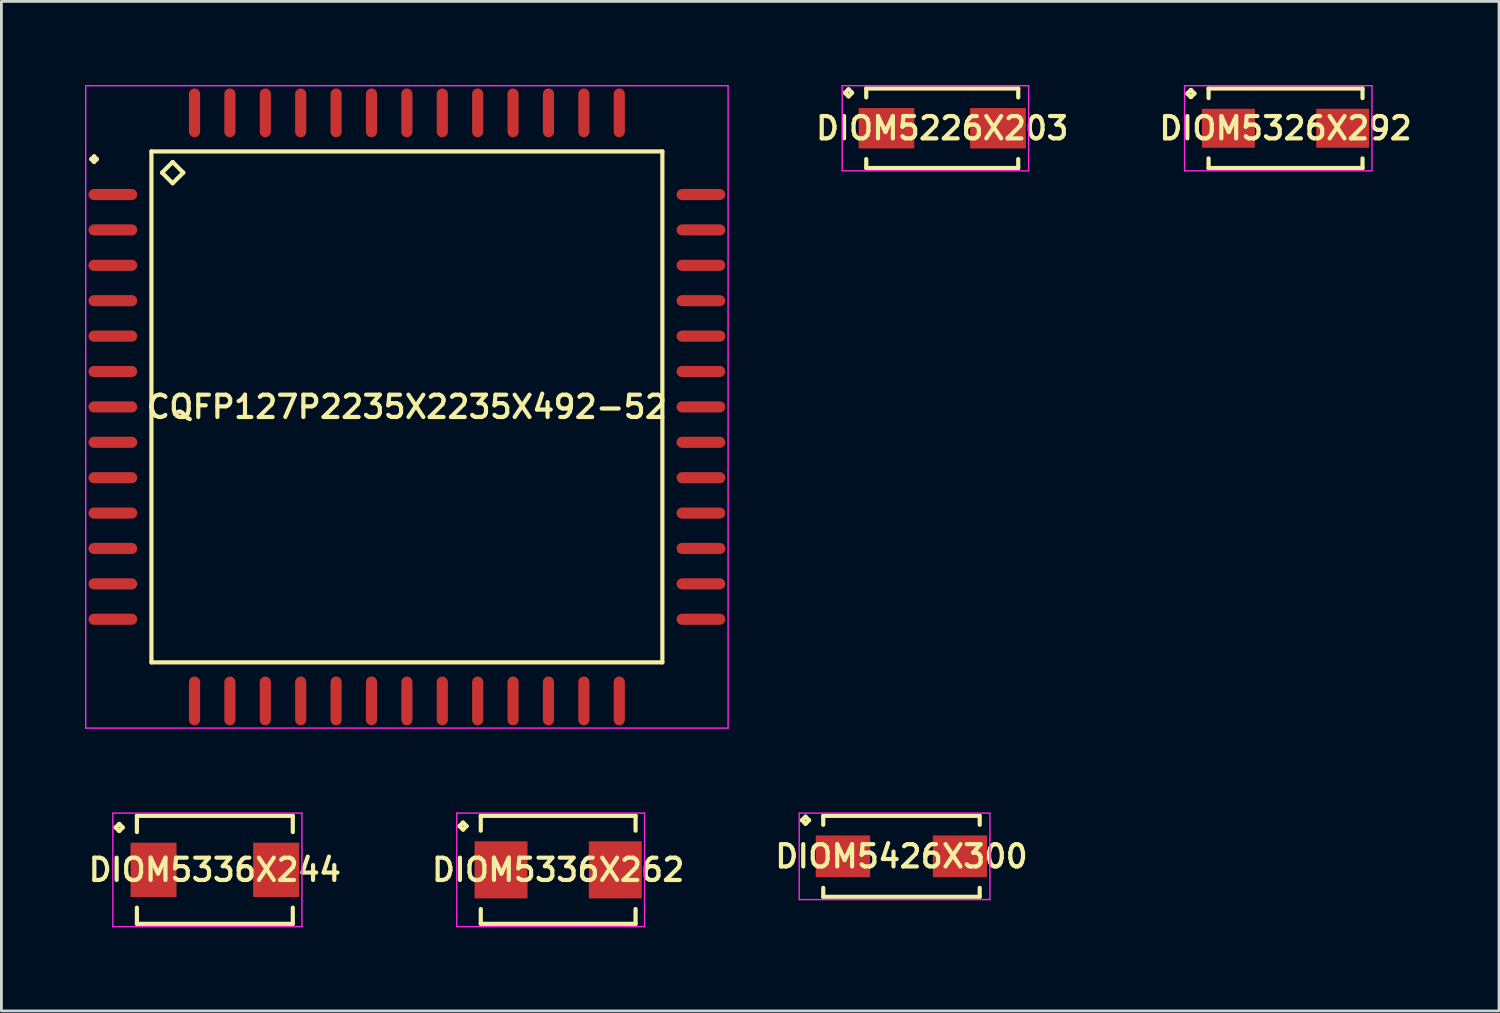
<source format=kicad_pcb>
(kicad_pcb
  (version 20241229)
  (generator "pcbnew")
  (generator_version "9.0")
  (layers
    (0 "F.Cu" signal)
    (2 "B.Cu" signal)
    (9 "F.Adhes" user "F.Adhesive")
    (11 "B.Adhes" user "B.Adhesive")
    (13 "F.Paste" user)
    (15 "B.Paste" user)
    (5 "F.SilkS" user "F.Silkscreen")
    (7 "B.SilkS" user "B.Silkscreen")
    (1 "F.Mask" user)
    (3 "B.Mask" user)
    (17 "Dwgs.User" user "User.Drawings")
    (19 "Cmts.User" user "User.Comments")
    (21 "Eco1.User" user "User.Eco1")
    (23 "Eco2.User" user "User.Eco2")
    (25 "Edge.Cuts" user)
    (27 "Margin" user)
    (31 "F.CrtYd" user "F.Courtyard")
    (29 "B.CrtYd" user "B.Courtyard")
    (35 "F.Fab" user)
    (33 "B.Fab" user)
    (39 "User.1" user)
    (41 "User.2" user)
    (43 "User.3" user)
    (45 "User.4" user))
  (footprint "DIOM5226X203"
    (layer "F.Cu")
    (at 30.759 1.552)
    (property "Reference" "DIOM5226X203" (at 0 0 0) (layer "F.SilkS") (effects (font (size 0.8 0.8) (thickness 0.15))))
    (attr smd)
    (fp_line (start -3.489 -1.271) (end -3.362 -1.398) (stroke (width 0.15) (type solid)) (layer "F.SilkS"))
    (fp_line (start -3.362 -1.398) (end -3.235 -1.271) (stroke (width 0.15) (type solid)) (layer "F.SilkS"))
    (fp_line (start -3.362 -1.144) (end -3.489 -1.271) (stroke (width 0.15) (type solid)) (layer "F.SilkS"))
    (fp_line (start -3.235 -1.271) (end -3.362 -1.144) (stroke (width 0.15) (type solid)) (layer "F.SilkS"))
    (fp_line (start -2.727 -1.427) (end 2.727 -1.427) (stroke (width 0.15) (type solid)) (layer "F.SilkS"))
    (fp_line (start -2.727 -1.106) (end -2.727 -1.427) (stroke (width 0.15) (type solid)) (layer "F.SilkS"))
    (fp_line (start -2.727 1.106) (end -2.727 1.427) (stroke (width 0.15) (type solid)) (layer "F.SilkS"))
    (fp_line (start -2.727 1.427) (end 2.727 1.427) (stroke (width 0.15) (type solid)) (layer "F.SilkS"))
    (fp_line (start 2.727 -1.427) (end 2.727 -1.106) (stroke (width 0.15) (type solid)) (layer "F.SilkS"))
    (fp_line (start 2.727 1.427) (end 2.727 1.106) (stroke (width 0.15) (type solid)) (layer "F.SilkS"))
    (fp_line (start -3.589 -1.527) (end 3.1 -1.527) (stroke (width 0.05) (type solid)) (layer "F.CrtYd"))
    (fp_line (start -3.589 1.527) (end -3.589 -1.527) (stroke (width 0.05) (type solid)) (layer "F.CrtYd"))
    (fp_line (start 3.1 -1.527) (end 3.1 1.527) (stroke (width 0.05) (type solid)) (layer "F.CrtYd"))
    (fp_line (start 3.1 1.527) (end -3.589 1.527) (stroke (width 0.05) (type solid)) (layer "F.CrtYd"))
    (pad "1" smd rect (at -2 0) (size 2 1.45) (layers "F.Cu" "F.Mask" "F.Paste"))
    (pad "2" smd rect (at 2 0) (size 2 1.45) (layers "F.Cu" "F.Mask" "F.Paste")))
  (footprint "DIOM5426X300"
    (layer "F.Cu")
    (at 29.296 27.677)
    (property "Reference" "DIOM5426X300" (at 0 0 0) (layer "F.SilkS") (effects (font (size 0.8 0.8) (thickness 0.15))))
    (attr smd)
    (fp_line (start -3.569 -1.296) (end -3.442 -1.423) (stroke (width 0.15) (type solid)) (layer "F.SilkS"))
    (fp_line (start -3.442 -1.423) (end -3.315 -1.296) (stroke (width 0.15) (type solid)) (layer "F.SilkS"))
    (fp_line (start -3.442 -1.169) (end -3.569 -1.296) (stroke (width 0.15) (type solid)) (layer "F.SilkS"))
    (fp_line (start -3.315 -1.296) (end -3.442 -1.169) (stroke (width 0.15) (type solid)) (layer "F.SilkS"))
    (fp_line (start -2.807 -1.452) (end 2.807 -1.452) (stroke (width 0.15) (type solid)) (layer "F.SilkS"))
    (fp_line (start -2.807 -1.131) (end -2.807 -1.452) (stroke (width 0.15) (type solid)) (layer "F.SilkS"))
    (fp_line (start -2.807 1.131) (end -2.807 1.452) (stroke (width 0.15) (type solid)) (layer "F.SilkS"))
    (fp_line (start -2.807 1.452) (end 2.807 1.452) (stroke (width 0.15) (type solid)) (layer "F.SilkS"))
    (fp_line (start 2.807 -1.452) (end 2.807 -1.131) (stroke (width 0.15) (type solid)) (layer "F.SilkS"))
    (fp_line (start 2.807 1.452) (end 2.807 1.131) (stroke (width 0.15) (type solid)) (layer "F.SilkS"))
    (fp_line (start -3.669 -1.552) (end 3.175 -1.552) (stroke (width 0.05) (type solid)) (layer "F.CrtYd"))
    (fp_line (start -3.669 1.552) (end -3.669 -1.552) (stroke (width 0.05) (type solid)) (layer "F.CrtYd"))
    (fp_line (start 3.175 -1.552) (end 3.175 1.552) (stroke (width 0.05) (type solid)) (layer "F.CrtYd"))
    (fp_line (start 3.175 1.552) (end -3.669 1.552) (stroke (width 0.05) (type solid)) (layer "F.CrtYd"))
    (pad "1" smd rect (at -2.1 0) (size 1.95 1.5) (layers "F.Cu" "F.Mask" "F.Paste"))
    (pad "2" smd rect (at 2.1 0) (size 1.95 1.5) (layers "F.Cu" "F.Mask" "F.Paste")))
  (footprint "DIOM5326X292"
    (layer "F.Cu")
    (at 43.078 1.552)
    (property "Reference" "DIOM5326X292" (at 0 0 0) (layer "F.SilkS") (effects (font (size 0.8 0.8) (thickness 0.15))))
    (attr smd)
    (fp_line (start -3.524 -1.246) (end -3.397 -1.373) (stroke (width 0.15) (type solid)) (layer "F.SilkS"))
    (fp_line (start -3.397 -1.373) (end -3.27 -1.246) (stroke (width 0.15) (type solid)) (layer "F.SilkS"))
    (fp_line (start -3.397 -1.119) (end -3.524 -1.246) (stroke (width 0.15) (type solid)) (layer "F.SilkS"))
    (fp_line (start -3.27 -1.246) (end -3.397 -1.119) (stroke (width 0.15) (type solid)) (layer "F.SilkS"))
    (fp_line (start -2.762 -1.427) (end 2.762 -1.427) (stroke (width 0.15) (type solid)) (layer "F.SilkS"))
    (fp_line (start -2.762 -1.081) (end -2.762 -1.427) (stroke (width 0.15) (type solid)) (layer "F.SilkS"))
    (fp_line (start -2.762 1.081) (end -2.762 1.427) (stroke (width 0.15) (type solid)) (layer "F.SilkS"))
    (fp_line (start -2.762 1.427) (end 2.762 1.427) (stroke (width 0.15) (type solid)) (layer "F.SilkS"))
    (fp_line (start 2.762 -1.427) (end 2.762 -1.081) (stroke (width 0.15) (type solid)) (layer "F.SilkS"))
    (fp_line (start 2.762 1.427) (end 2.762 1.081) (stroke (width 0.15) (type solid)) (layer "F.SilkS"))
    (fp_line (start -3.624 -1.527) (end 3.1 -1.527) (stroke (width 0.05) (type solid)) (layer "F.CrtYd"))
    (fp_line (start -3.624 1.527) (end -3.624 -1.527) (stroke (width 0.05) (type solid)) (layer "F.CrtYd"))
    (fp_line (start 3.1 -1.527) (end 3.1 1.527) (stroke (width 0.05) (type solid)) (layer "F.CrtYd"))
    (fp_line (start 3.1 1.527) (end -3.624 1.527) (stroke (width 0.05) (type solid)) (layer "F.CrtYd"))
    (pad "1" smd rect (at -2.05 0) (size 1.9 1.4) (layers "F.Cu" "F.Mask" "F.Paste"))
    (pad "2" smd rect (at 2.05 0) (size 1.9 1.4) (layers "F.Cu" "F.Mask" "F.Paste")))
  (footprint "DIOM5336X262"
    (layer "F.Cu")
    (at 16.978 28.162)
    (property "Reference" "DIOM5336X262" (at 0 0 0) (layer "F.SilkS") (effects (font (size 0.8 0.8) (thickness 0.15))))
    (attr smd)
    (fp_line (start -3.539 -1.571) (end -3.412 -1.698) (stroke (width 0.15) (type solid)) (layer "F.SilkS"))
    (fp_line (start -3.412 -1.698) (end -3.285 -1.571) (stroke (width 0.15) (type solid)) (layer "F.SilkS"))
    (fp_line (start -3.412 -1.444) (end -3.539 -1.571) (stroke (width 0.15) (type solid)) (layer "F.SilkS"))
    (fp_line (start -3.285 -1.571) (end -3.412 -1.444) (stroke (width 0.15) (type solid)) (layer "F.SilkS"))
    (fp_line (start -2.777 -1.937) (end 2.777 -1.937) (stroke (width 0.15) (type solid)) (layer "F.SilkS"))
    (fp_line (start -2.777 -1.406) (end -2.777 -1.937) (stroke (width 0.15) (type solid)) (layer "F.SilkS"))
    (fp_line (start -2.777 1.406) (end -2.777 1.937) (stroke (width 0.15) (type solid)) (layer "F.SilkS"))
    (fp_line (start -2.777 1.937) (end 2.777 1.937) (stroke (width 0.15) (type solid)) (layer "F.SilkS"))
    (fp_line (start 2.777 -1.937) (end 2.777 -1.406) (stroke (width 0.15) (type solid)) (layer "F.SilkS"))
    (fp_line (start 2.777 1.937) (end 2.777 1.406) (stroke (width 0.15) (type solid)) (layer "F.SilkS"))
    (fp_line (start -3.639 -2.037) (end 3.1 -2.037) (stroke (width 0.05) (type solid)) (layer "F.CrtYd"))
    (fp_line (start -3.639 2.037) (end -3.639 -2.037) (stroke (width 0.05) (type solid)) (layer "F.CrtYd"))
    (fp_line (start 3.1 -2.037) (end 3.1 2.037) (stroke (width 0.05) (type solid)) (layer "F.CrtYd"))
    (fp_line (start 3.1 2.037) (end -3.639 2.037) (stroke (width 0.05) (type solid)) (layer "F.CrtYd"))
    (pad "1" smd rect (at -2.05 0) (size 1.9 2.05) (layers "F.Cu" "F.Mask" "F.Paste"))
    (pad "2" smd rect (at 2.05 0) (size 1.9 2.05) (layers "F.Cu" "F.Mask" "F.Paste")))
  (footprint "DIOM5336X244"
    (layer "F.Cu")
    (at 4.659 28.162)
    (property "Reference" "DIOM5336X244" (at 0 0 0) (layer "F.SilkS") (effects (font (size 0.8 0.8) (thickness 0.15))))
    (attr smd)
    (fp_line (start -3.559 -1.521) (end -3.432 -1.648) (stroke (width 0.15) (type solid)) (layer "F.SilkS"))
    (fp_line (start -3.432 -1.648) (end -3.305 -1.521) (stroke (width 0.15) (type solid)) (layer "F.SilkS"))
    (fp_line (start -3.432 -1.394) (end -3.559 -1.521) (stroke (width 0.15) (type solid)) (layer "F.SilkS"))
    (fp_line (start -3.305 -1.521) (end -3.432 -1.394) (stroke (width 0.15) (type solid)) (layer "F.SilkS"))
    (fp_line (start -2.797 -1.937) (end 2.797 -1.937) (stroke (width 0.15) (type solid)) (layer "F.SilkS"))
    (fp_line (start -2.797 -1.356) (end -2.797 -1.937) (stroke (width 0.15) (type solid)) (layer "F.SilkS"))
    (fp_line (start -2.797 1.356) (end -2.797 1.937) (stroke (width 0.15) (type solid)) (layer "F.SilkS"))
    (fp_line (start -2.797 1.937) (end 2.797 1.937) (stroke (width 0.15) (type solid)) (layer "F.SilkS"))
    (fp_line (start 2.797 -1.937) (end 2.797 -1.356) (stroke (width 0.15) (type solid)) (layer "F.SilkS"))
    (fp_line (start 2.797 1.937) (end 2.797 1.356) (stroke (width 0.15) (type solid)) (layer "F.SilkS"))
    (fp_line (start -3.659 -2.037) (end 3.125 -2.037) (stroke (width 0.05) (type solid)) (layer "F.CrtYd"))
    (fp_line (start -3.659 2.037) (end -3.659 -2.037) (stroke (width 0.05) (type solid)) (layer "F.CrtYd"))
    (fp_line (start 3.125 -2.037) (end 3.125 2.037) (stroke (width 0.05) (type solid)) (layer "F.CrtYd"))
    (fp_line (start 3.125 2.037) (end -3.659 2.037) (stroke (width 0.05) (type solid)) (layer "F.CrtYd"))
    (pad "1" smd rect (at -2.2 0) (size 1.65 1.95) (layers "F.Cu" "F.Mask" "F.Paste"))
    (pad "2" smd rect (at 2.2 0) (size 1.65 1.95) (layers "F.Cu" "F.Mask" "F.Paste")))
  (footprint "CQFP127P2235X2235X492-52"
    (layer "F.Cu")
    (at 11.55 11.55)
    (property "Reference" "CQFP127P2235X2235X492-52" (at 0 0 0) (layer "F.SilkS") (effects (font (size 0.8 0.8) (thickness 0.15))))
    (attr smd)
    (fp_line (start -11.325 -8.89) (end -11.225 -8.99) (stroke (width 0.15) (type solid)) (layer "F.SilkS"))
    (fp_line (start -11.225 -8.99) (end -11.125 -8.89) (stroke (width 0.15) (type solid)) (layer "F.SilkS"))
    (fp_line (start -11.225 -8.79) (end -11.325 -8.89) (stroke (width 0.15) (type solid)) (layer "F.SilkS"))
    (fp_line (start -11.125 -8.89) (end -11.225 -8.79) (stroke (width 0.15) (type solid)) (layer "F.SilkS"))
    (fp_line (start -9.167 -9.167) (end -9.167 9.167) (stroke (width 0.15) (type solid)) (layer "F.SilkS"))
    (fp_line (start -9.167 9.167) (end 9.167 9.167) (stroke (width 0.15) (type solid)) (layer "F.SilkS"))
    (fp_line (start -8.786 -8.405) (end -8.405 -8.786) (stroke (width 0.15) (type solid)) (layer "F.SilkS"))
    (fp_line (start -8.405 -8.786) (end -8.024 -8.405) (stroke (width 0.15) (type solid)) (layer "F.SilkS"))
    (fp_line (start -8.405 -8.024) (end -8.786 -8.405) (stroke (width 0.15) (type solid)) (layer "F.SilkS"))
    (fp_line (start -8.024 -8.405) (end -8.405 -8.024) (stroke (width 0.15) (type solid)) (layer "F.SilkS"))
    (fp_line (start 9.167 -9.167) (end -9.167 -9.167) (stroke (width 0.15) (type solid)) (layer "F.SilkS"))
    (fp_line (start 9.167 9.167) (end 9.167 -9.167) (stroke (width 0.15) (type solid)) (layer "F.SilkS"))
    (fp_line (start -11.525 -11.525) (end 11.525 -11.525) (stroke (width 0.05) (type solid)) (layer "F.CrtYd"))
    (fp_line (start -11.525 11.525) (end -11.525 -11.525) (stroke (width 0.05) (type solid)) (layer "F.CrtYd"))
    (fp_line (start 11.525 -11.525) (end 11.525 11.525) (stroke (width 0.05) (type solid)) (layer "F.CrtYd"))
    (fp_line (start 11.525 11.525) (end -11.525 11.525) (stroke (width 0.05) (type solid)) (layer "F.CrtYd"))
    (pad "1" smd oval (at -10.55 -7.62) (size 1.75 0.4) (layers "F.Cu" "F.Mask" "F.Paste"))
    (pad "2" smd oval (at -10.55 -6.35) (size 1.75 0.4) (layers "F.Cu" "F.Mask" "F.Paste"))
    (pad "3" smd oval (at -10.55 -5.08) (size 1.75 0.4) (layers "F.Cu" "F.Mask" "F.Paste"))
    (pad "4" smd oval (at -10.55 -3.81) (size 1.75 0.4) (layers "F.Cu" "F.Mask" "F.Paste"))
    (pad "5" smd oval (at -10.55 -2.54) (size 1.75 0.4) (layers "F.Cu" "F.Mask" "F.Paste"))
    (pad "6" smd oval (at -10.55 -1.27) (size 1.75 0.4) (layers "F.Cu" "F.Mask" "F.Paste"))
    (pad "7" smd oval (at -10.55 0) (size 1.75 0.4) (layers "F.Cu" "F.Mask" "F.Paste"))
    (pad "8" smd oval (at -10.55 1.27) (size 1.75 0.4) (layers "F.Cu" "F.Mask" "F.Paste"))
    (pad "9" smd oval (at -10.55 2.54) (size 1.75 0.4) (layers "F.Cu" "F.Mask" "F.Paste"))
    (pad "10" smd oval (at -10.55 3.81) (size 1.75 0.4) (layers "F.Cu" "F.Mask" "F.Paste"))
    (pad "11" smd oval (at -10.55 5.08) (size 1.75 0.4) (layers "F.Cu" "F.Mask" "F.Paste"))
    (pad "12" smd oval (at -10.55 6.35) (size 1.75 0.4) (layers "F.Cu" "F.Mask" "F.Paste"))
    (pad "13" smd oval (at -10.55 7.62) (size 1.75 0.4) (layers "F.Cu" "F.Mask" "F.Paste"))
    (pad "14" smd oval (at -7.62 10.55) (size 0.4 1.75) (layers "F.Cu" "F.Mask" "F.Paste"))
    (pad "15" smd oval (at -6.35 10.55) (size 0.4 1.75) (layers "F.Cu" "F.Mask" "F.Paste"))
    (pad "16" smd oval (at -5.08 10.55) (size 0.4 1.75) (layers "F.Cu" "F.Mask" "F.Paste"))
    (pad "17" smd oval (at -3.81 10.55) (size 0.4 1.75) (layers "F.Cu" "F.Mask" "F.Paste"))
    (pad "18" smd oval (at -2.54 10.55) (size 0.4 1.75) (layers "F.Cu" "F.Mask" "F.Paste"))
    (pad "19" smd oval (at -1.27 10.55) (size 0.4 1.75) (layers "F.Cu" "F.Mask" "F.Paste"))
    (pad "20" smd oval (at 0 10.55) (size 0.4 1.75) (layers "F.Cu" "F.Mask" "F.Paste"))
    (pad "21" smd oval (at 1.27 10.55) (size 0.4 1.75) (layers "F.Cu" "F.Mask" "F.Paste"))
    (pad "22" smd oval (at 2.54 10.55) (size 0.4 1.75) (layers "F.Cu" "F.Mask" "F.Paste"))
    (pad "23" smd oval (at 3.81 10.55) (size 0.4 1.75) (layers "F.Cu" "F.Mask" "F.Paste"))
    (pad "24" smd oval (at 5.08 10.55) (size 0.4 1.75) (layers "F.Cu" "F.Mask" "F.Paste"))
    (pad "25" smd oval (at 6.35 10.55) (size 0.4 1.75) (layers "F.Cu" "F.Mask" "F.Paste"))
    (pad "26" smd oval (at 7.62 10.55) (size 0.4 1.75) (layers "F.Cu" "F.Mask" "F.Paste"))
    (pad "27" smd oval (at 10.55 7.62) (size 1.75 0.4) (layers "F.Cu" "F.Mask" "F.Paste"))
    (pad "28" smd oval (at 10.55 6.35) (size 1.75 0.4) (layers "F.Cu" "F.Mask" "F.Paste"))
    (pad "29" smd oval (at 10.55 5.08) (size 1.75 0.4) (layers "F.Cu" "F.Mask" "F.Paste"))
    (pad "30" smd oval (at 10.55 3.81) (size 1.75 0.4) (layers "F.Cu" "F.Mask" "F.Paste"))
    (pad "31" smd oval (at 10.55 2.54) (size 1.75 0.4) (layers "F.Cu" "F.Mask" "F.Paste"))
    (pad "32" smd oval (at 10.55 1.27) (size 1.75 0.4) (layers "F.Cu" "F.Mask" "F.Paste"))
    (pad "33" smd oval (at 10.55 0) (size 1.75 0.4) (layers "F.Cu" "F.Mask" "F.Paste"))
    (pad "34" smd oval (at 10.55 -1.27) (size 1.75 0.4) (layers "F.Cu" "F.Mask" "F.Paste"))
    (pad "35" smd oval (at 10.55 -2.54) (size 1.75 0.4) (layers "F.Cu" "F.Mask" "F.Paste"))
    (pad "36" smd oval (at 10.55 -3.81) (size 1.75 0.4) (layers "F.Cu" "F.Mask" "F.Paste"))
    (pad "37" smd oval (at 10.55 -5.08) (size 1.75 0.4) (layers "F.Cu" "F.Mask" "F.Paste"))
    (pad "38" smd oval (at 10.55 -6.35) (size 1.75 0.4) (layers "F.Cu" "F.Mask" "F.Paste"))
    (pad "39" smd oval (at 10.55 -7.62) (size 1.75 0.4) (layers "F.Cu" "F.Mask" "F.Paste"))
    (pad "40" smd oval (at 7.62 -10.55) (size 0.4 1.75) (layers "F.Cu" "F.Mask" "F.Paste"))
    (pad "41" smd oval (at 6.35 -10.55) (size 0.4 1.75) (layers "F.Cu" "F.Mask" "F.Paste"))
    (pad "42" smd oval (at 5.08 -10.55) (size 0.4 1.75) (layers "F.Cu" "F.Mask" "F.Paste"))
    (pad "43" smd oval (at 3.81 -10.55) (size 0.4 1.75) (layers "F.Cu" "F.Mask" "F.Paste"))
    (pad "44" smd oval (at 2.54 -10.55) (size 0.4 1.75) (layers "F.Cu" "F.Mask" "F.Paste"))
    (pad "45" smd oval (at 1.27 -10.55) (size 0.4 1.75) (layers "F.Cu" "F.Mask" "F.Paste"))
    (pad "46" smd oval (at 0 -10.55) (size 0.4 1.75) (layers "F.Cu" "F.Mask" "F.Paste"))
    (pad "47" smd oval (at -1.27 -10.55) (size 0.4 1.75) (layers "F.Cu" "F.Mask" "F.Paste"))
    (pad "48" smd oval (at -2.54 -10.55) (size 0.4 1.75) (layers "F.Cu" "F.Mask" "F.Paste"))
    (pad "49" smd oval (at -3.81 -10.55) (size 0.4 1.75) (layers "F.Cu" "F.Mask" "F.Paste"))
    (pad "50" smd oval (at -5.08 -10.55) (size 0.4 1.75) (layers "F.Cu" "F.Mask" "F.Paste"))
    (pad "51" smd oval (at -6.35 -10.55) (size 0.4 1.75) (layers "F.Cu" "F.Mask" "F.Paste"))
    (pad "52" smd oval (at -7.62 -10.55) (size 0.4 1.75) (layers "F.Cu" "F.Mask" "F.Paste")))
  (gr_rect
    (start -3 -3)
    (end 50.737 33.224)
    (stroke (width 0.1) (type default))
    (fill no)
    (layer "Edge.Cuts")))
</source>
